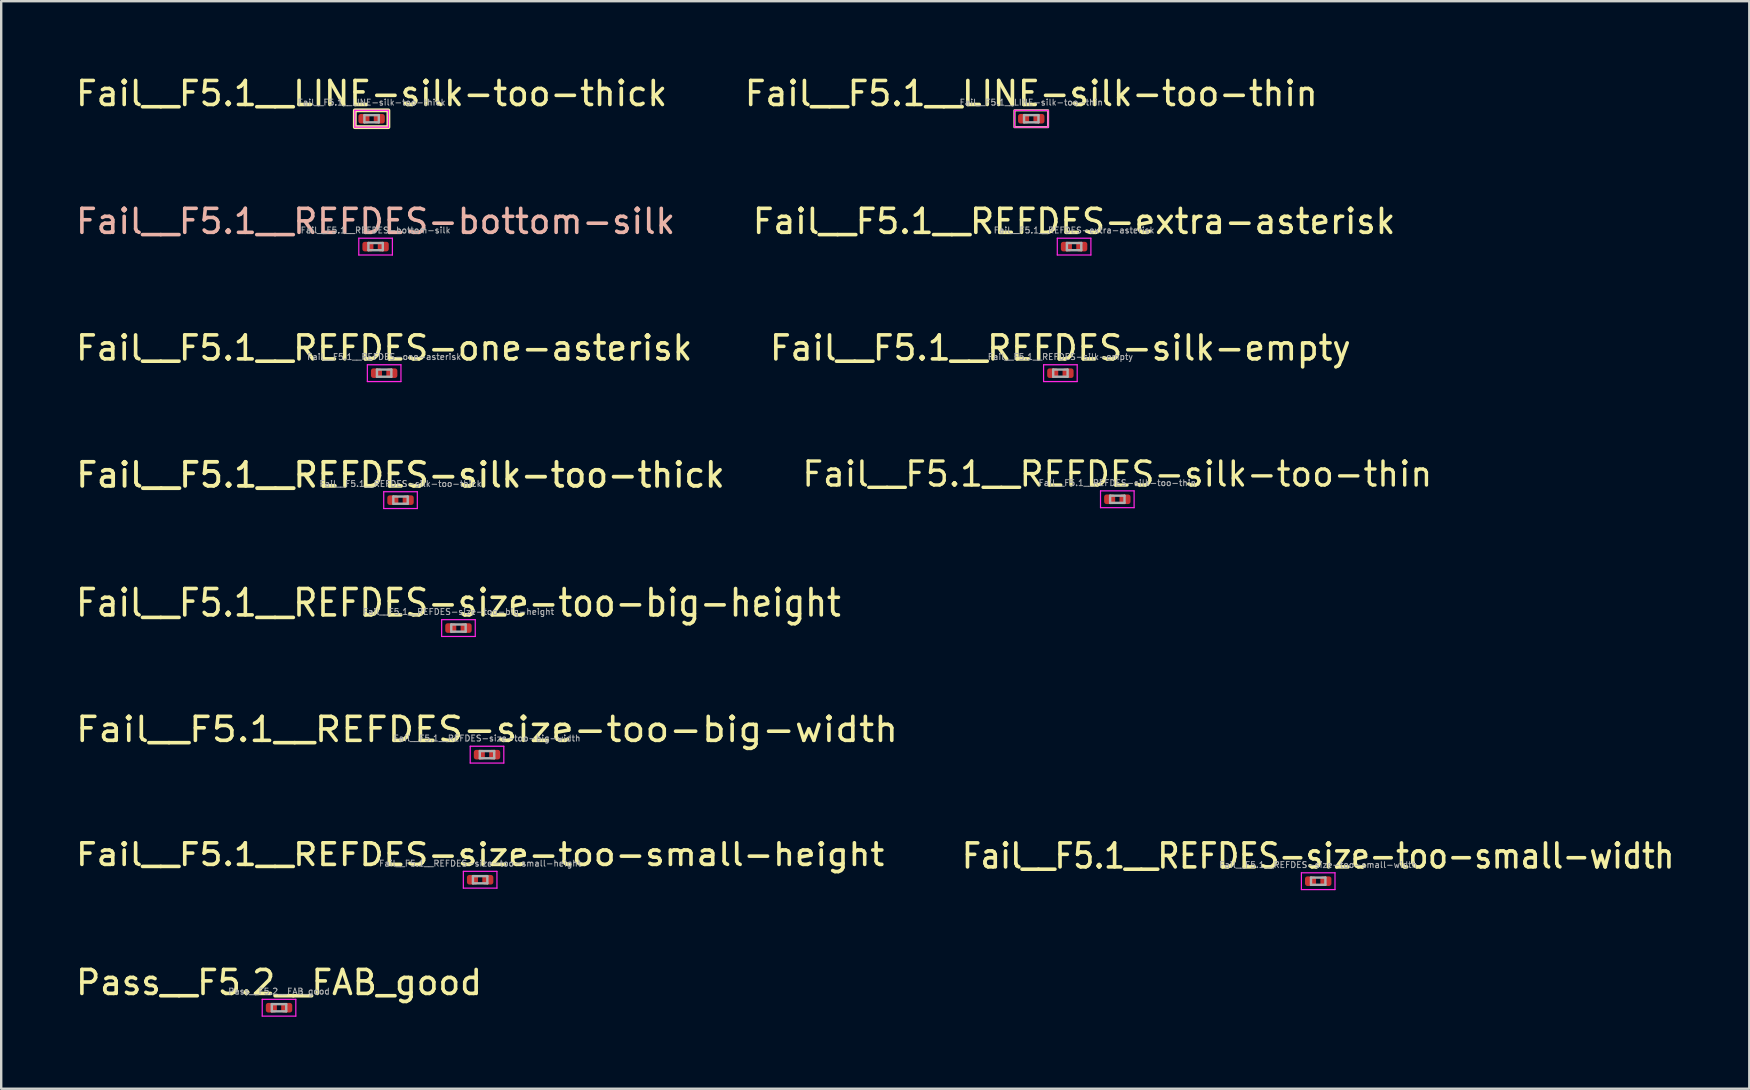
<source format=kicad_pcb>
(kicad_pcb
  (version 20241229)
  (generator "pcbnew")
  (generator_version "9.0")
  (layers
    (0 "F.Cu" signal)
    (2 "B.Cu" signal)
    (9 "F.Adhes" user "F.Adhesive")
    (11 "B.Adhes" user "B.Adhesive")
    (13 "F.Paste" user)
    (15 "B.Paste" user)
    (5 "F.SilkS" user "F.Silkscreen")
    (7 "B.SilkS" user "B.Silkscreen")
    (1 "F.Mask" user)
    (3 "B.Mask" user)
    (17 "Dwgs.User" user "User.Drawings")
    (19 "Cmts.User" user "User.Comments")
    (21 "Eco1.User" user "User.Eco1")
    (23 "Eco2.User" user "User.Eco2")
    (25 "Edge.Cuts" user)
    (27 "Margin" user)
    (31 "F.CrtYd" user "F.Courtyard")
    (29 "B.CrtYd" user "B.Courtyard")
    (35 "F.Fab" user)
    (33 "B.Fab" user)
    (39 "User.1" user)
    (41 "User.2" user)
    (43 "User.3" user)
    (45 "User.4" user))
  (footprint "Fail__F5.1__LINE-silk-too-thick"
    (layer "F.Cu")
    (at 12.435 1.898)
    (property "Reference" "Fail__F5.1__LINE-silk-too-thick" (at 0 -1.05 0) (layer "F.SilkS") (effects (font (size 1 1) (thickness 0.15))))
    (attr smd)
    (fp_rect (start -0.7 -0.35) (end 0.7 0.35) (stroke (width 0.16) (type solid)) (fill no) (layer "F.SilkS"))
    (fp_line (start -0.7 -0.35) (end 0.7 -0.35) (stroke (width 0.05) (type solid)) (layer "F.CrtYd"))
    (fp_line (start -0.7 0.35) (end -0.7 -0.35) (stroke (width 0.05) (type solid)) (layer "F.CrtYd"))
    (fp_line (start 0.7 -0.35) (end 0.7 0.35) (stroke (width 0.05) (type solid)) (layer "F.CrtYd"))
    (fp_line (start 0.7 0.35) (end -0.7 0.35) (stroke (width 0.05) (type solid)) (layer "F.CrtYd"))
    (fp_line (start -0.3 -0.15) (end 0.3 -0.15) (stroke (width 0.1) (type solid)) (layer "F.Fab"))
    (fp_line (start -0.3 0.15) (end -0.3 -0.15) (stroke (width 0.1) (type solid)) (layer "F.Fab"))
    (fp_line (start 0.3 -0.15) (end 0.3 0.15) (stroke (width 0.1) (type solid)) (layer "F.Fab"))
    (fp_line (start 0.3 0.15) (end -0.3 0.15) (stroke (width 0.1) (type solid)) (layer "F.Fab"))
    (fp_text user "${REFERENCE}" (at 0 -0.68 0) (layer "F.Fab") (effects (font (size 0.25 0.25) (thickness 0.04))))
    (pad "" smd roundrect (at -0.345 0) (size 0.318 0.36) (layers "F.Paste") (roundrect_rratio 0.25))
    (pad "" smd roundrect (at 0.345 0) (size 0.318 0.36) (layers "F.Paste") (roundrect_rratio 0.25))
    (pad "1" smd roundrect (at -0.32 0) (size 0.46 0.4) (layers "F.Cu" "F.Mask") (roundrect_rratio 0.25))
    (pad "2" smd roundrect (at 0.32 0) (size 0.46 0.4) (layers "F.Cu" "F.Mask") (roundrect_rratio 0.25)))
  (footprint "Fail__F5.1__REFDES-one-asterisk"
    (layer "F.Cu")
    (at 12.958 12.5)
    (property "Reference" "Fail__F5.1__REFDES-one-asterisk" (at 0 -1.05 0) (layer "F.SilkS") (effects (font (size 1 1) (thickness 0.15))))
    (attr smd)
    (fp_line (start -0.7 -0.35) (end 0.7 -0.35) (stroke (width 0.05) (type solid)) (layer "F.CrtYd"))
    (fp_line (start -0.7 0.35) (end -0.7 -0.35) (stroke (width 0.05) (type solid)) (layer "F.CrtYd"))
    (fp_line (start 0.7 -0.35) (end 0.7 0.35) (stroke (width 0.05) (type solid)) (layer "F.CrtYd"))
    (fp_line (start 0.7 0.35) (end -0.7 0.35) (stroke (width 0.05) (type solid)) (layer "F.CrtYd"))
    (fp_line (start -0.3 -0.15) (end 0.3 -0.15) (stroke (width 0.1) (type solid)) (layer "F.Fab"))
    (fp_line (start -0.3 0.15) (end -0.3 -0.15) (stroke (width 0.1) (type solid)) (layer "F.Fab"))
    (fp_line (start 0.3 -0.15) (end 0.3 0.15) (stroke (width 0.1) (type solid)) (layer "F.Fab"))
    (fp_line (start 0.3 0.15) (end -0.3 0.15) (stroke (width 0.1) (type solid)) (layer "F.Fab"))
    (fp_text user "${REFERENCE}" (at 0 -0.68 0) (layer "F.Fab") (effects (font (size 0.25 0.25) (thickness 0.04))))
    (pad "" smd roundrect (at -0.345 0) (size 0.318 0.36) (layers "F.Paste") (roundrect_rratio 0.25))
    (pad "" smd roundrect (at 0.345 0) (size 0.318 0.36) (layers "F.Paste") (roundrect_rratio 0.25))
    (pad "1" smd roundrect (at -0.32 0) (size 0.46 0.4) (layers "F.Cu" "F.Mask") (roundrect_rratio 0.25))
    (pad "2" smd roundrect (at 0.32 0) (size 0.46 0.4) (layers "F.Cu" "F.Mask") (roundrect_rratio 0.25)))
  (footprint "Fail__F5.1__REFDES-size-too-big-width"
    (layer "F.Cu")
    (at 17.244 28.396)
    (property "Reference" "Fail__F5.1__REFDES-size-too-big-width" (at 0 -1.05 0) (layer "F.SilkS") (effects (font (size 1 1.1) (thickness 0.15))))
    (attr smd)
    (fp_line (start -0.7 -0.35) (end 0.7 -0.35) (stroke (width 0.05) (type solid)) (layer "F.CrtYd"))
    (fp_line (start -0.7 0.35) (end -0.7 -0.35) (stroke (width 0.05) (type solid)) (layer "F.CrtYd"))
    (fp_line (start 0.7 -0.35) (end 0.7 0.35) (stroke (width 0.05) (type solid)) (layer "F.CrtYd"))
    (fp_line (start 0.7 0.35) (end -0.7 0.35) (stroke (width 0.05) (type solid)) (layer "F.CrtYd"))
    (fp_line (start -0.3 -0.15) (end 0.3 -0.15) (stroke (width 0.1) (type solid)) (layer "F.Fab"))
    (fp_line (start -0.3 0.15) (end -0.3 -0.15) (stroke (width 0.1) (type solid)) (layer "F.Fab"))
    (fp_line (start 0.3 -0.15) (end 0.3 0.15) (stroke (width 0.1) (type solid)) (layer "F.Fab"))
    (fp_line (start 0.3 0.15) (end -0.3 0.15) (stroke (width 0.1) (type solid)) (layer "F.Fab"))
    (fp_text user "${REFERENCE}" (at 0 -0.68 0) (layer "F.Fab") (effects (font (size 0.25 0.25) (thickness 0.04))))
    (pad "" smd roundrect (at -0.345 0) (size 0.318 0.36) (layers "F.Paste") (roundrect_rratio 0.25))
    (pad "" smd roundrect (at 0.345 0) (size 0.318 0.36) (layers "F.Paste") (roundrect_rratio 0.25))
    (pad "1" smd roundrect (at -0.32 0) (size 0.46 0.4) (layers "F.Cu" "F.Mask") (roundrect_rratio 0.25))
    (pad "2" smd roundrect (at 0.32 0) (size 0.46 0.4) (layers "F.Cu" "F.Mask") (roundrect_rratio 0.25)))
  (footprint "Fail__F5.1__REFDES-size-too-small-width"
    (layer "F.Cu")
    (at 51.88 33.669)
    (property "Reference" "Fail__F5.1__REFDES-size-too-small-width" (at 0 -1.05 0) (layer "F.SilkS") (effects (font (size 1 0.9) (thickness 0.15))))
    (attr smd)
    (fp_line (start -0.7 -0.35) (end 0.7 -0.35) (stroke (width 0.05) (type solid)) (layer "F.CrtYd"))
    (fp_line (start -0.7 0.35) (end -0.7 -0.35) (stroke (width 0.05) (type solid)) (layer "F.CrtYd"))
    (fp_line (start 0.7 -0.35) (end 0.7 0.35) (stroke (width 0.05) (type solid)) (layer "F.CrtYd"))
    (fp_line (start 0.7 0.35) (end -0.7 0.35) (stroke (width 0.05) (type solid)) (layer "F.CrtYd"))
    (fp_line (start -0.3 -0.15) (end 0.3 -0.15) (stroke (width 0.1) (type solid)) (layer "F.Fab"))
    (fp_line (start -0.3 0.15) (end -0.3 -0.15) (stroke (width 0.1) (type solid)) (layer "F.Fab"))
    (fp_line (start 0.3 -0.15) (end 0.3 0.15) (stroke (width 0.1) (type solid)) (layer "F.Fab"))
    (fp_line (start 0.3 0.15) (end -0.3 0.15) (stroke (width 0.1) (type solid)) (layer "F.Fab"))
    (fp_text user "${REFERENCE}" (at 0 -0.68 0) (layer "F.Fab") (effects (font (size 0.25 0.25) (thickness 0.04))))
    (pad "" smd roundrect (at -0.345 0) (size 0.318 0.36) (layers "F.Paste") (roundrect_rratio 0.25))
    (pad "" smd roundrect (at 0.345 0) (size 0.318 0.36) (layers "F.Paste") (roundrect_rratio 0.25))
    (pad "1" smd roundrect (at -0.32 0) (size 0.46 0.4) (layers "F.Cu" "F.Mask") (roundrect_rratio 0.25))
    (pad "2" smd roundrect (at 0.32 0) (size 0.46 0.4) (layers "F.Cu" "F.Mask") (roundrect_rratio 0.25)))
  (footprint "Pass__F5.2__FAB_good"
    (layer "F.Cu")
    (at 8.577 38.942)
    (property "Reference" "Pass__F5.2__FAB_good" (at 0 -1.05 0) (layer "F.SilkS") (effects (font (size 1 1) (thickness 0.15))))
    (attr smd)
    (fp_line (start -0.7 -0.35) (end 0.7 -0.35) (stroke (width 0.05) (type solid)) (layer "F.CrtYd"))
    (fp_line (start -0.7 0.35) (end -0.7 -0.35) (stroke (width 0.05) (type solid)) (layer "F.CrtYd"))
    (fp_line (start 0.7 -0.35) (end 0.7 0.35) (stroke (width 0.05) (type solid)) (layer "F.CrtYd"))
    (fp_line (start 0.7 0.35) (end -0.7 0.35) (stroke (width 0.05) (type solid)) (layer "F.CrtYd"))
    (fp_line (start -0.3 -0.15) (end 0.3 -0.15) (stroke (width 0.1) (type solid)) (layer "F.Fab"))
    (fp_line (start -0.3 0.15) (end -0.3 -0.15) (stroke (width 0.1) (type solid)) (layer "F.Fab"))
    (fp_line (start 0.3 -0.15) (end 0.3 0.15) (stroke (width 0.1) (type solid)) (layer "F.Fab"))
    (fp_line (start 0.3 0.15) (end -0.3 0.15) (stroke (width 0.1) (type solid)) (layer "F.Fab"))
    (fp_text user "${REFERENCE}" (at 0 -0.68 0) (layer "F.Fab") (effects (font (size 0.25 0.25) (thickness 0.04))))
    (pad "" smd roundrect (at -0.345 0) (size 0.318 0.36) (layers "F.Paste") (roundrect_rratio 0.25))
    (pad "" smd roundrect (at 0.345 0) (size 0.318 0.36) (layers "F.Paste") (roundrect_rratio 0.25))
    (pad "1" smd roundrect (at -0.32 0) (size 0.46 0.4) (layers "F.Cu" "F.Mask") (roundrect_rratio 0.25))
    (pad "2" smd roundrect (at 0.32 0) (size 0.46 0.4) (layers "F.Cu" "F.Mask") (roundrect_rratio 0.25)))
  (footprint "Fail__F5.1__LINE-silk-too-thin"
    (layer "F.Cu")
    (at 39.923 1.898)
    (property "Reference" "Fail__F5.1__LINE-silk-too-thin" (at 0 -1.05 0) (layer "F.SilkS") (effects (font (size 1 1) (thickness 0.15))))
    (attr smd)
    (fp_rect (start -0.7 -0.35) (end 0.7 0.35) (stroke (width 0.09) (type solid)) (fill no) (layer "F.SilkS"))
    (fp_line (start -0.7 -0.35) (end 0.7 -0.35) (stroke (width 0.05) (type solid)) (layer "F.CrtYd"))
    (fp_line (start -0.7 0.35) (end -0.7 -0.35) (stroke (width 0.05) (type solid)) (layer "F.CrtYd"))
    (fp_line (start 0.7 -0.35) (end 0.7 0.35) (stroke (width 0.05) (type solid)) (layer "F.CrtYd"))
    (fp_line (start 0.7 0.35) (end -0.7 0.35) (stroke (width 0.05) (type solid)) (layer "F.CrtYd"))
    (fp_line (start -0.3 -0.15) (end 0.3 -0.15) (stroke (width 0.1) (type solid)) (layer "F.Fab"))
    (fp_line (start -0.3 0.15) (end -0.3 -0.15) (stroke (width 0.1) (type solid)) (layer "F.Fab"))
    (fp_line (start 0.3 -0.15) (end 0.3 0.15) (stroke (width 0.1) (type solid)) (layer "F.Fab"))
    (fp_line (start 0.3 0.15) (end -0.3 0.15) (stroke (width 0.1) (type solid)) (layer "F.Fab"))
    (fp_text user "${REFERENCE}" (at 0 -0.68 0) (layer "F.Fab") (effects (font (size 0.25 0.25) (thickness 0.04))))
    (pad "" smd roundrect (at -0.345 0) (size 0.318 0.36) (layers "F.Paste") (roundrect_rratio 0.25))
    (pad "" smd roundrect (at 0.345 0) (size 0.318 0.36) (layers "F.Paste") (roundrect_rratio 0.25))
    (pad "1" smd roundrect (at -0.32 0) (size 0.46 0.4) (layers "F.Cu" "F.Mask") (roundrect_rratio 0.25))
    (pad "2" smd roundrect (at 0.32 0) (size 0.46 0.4) (layers "F.Cu" "F.Mask") (roundrect_rratio 0.25)))
  (footprint "Fail__F5.1__REFDES-silk-too-thick"
    (layer "F.Cu")
    (at 13.64 17.791)
    (property "Reference" "Fail__F5.1__REFDES-silk-too-thick" (at 0 -1.05 0) (layer "F.SilkS") (effects (font (size 1 1) (thickness 0.16))))
    (attr smd)
    (fp_line (start -0.7 -0.35) (end 0.7 -0.35) (stroke (width 0.05) (type solid)) (layer "F.CrtYd"))
    (fp_line (start -0.7 0.35) (end -0.7 -0.35) (stroke (width 0.05) (type solid)) (layer "F.CrtYd"))
    (fp_line (start 0.7 -0.35) (end 0.7 0.35) (stroke (width 0.05) (type solid)) (layer "F.CrtYd"))
    (fp_line (start 0.7 0.35) (end -0.7 0.35) (stroke (width 0.05) (type solid)) (layer "F.CrtYd"))
    (fp_line (start -0.3 -0.15) (end 0.3 -0.15) (stroke (width 0.1) (type solid)) (layer "F.Fab"))
    (fp_line (start -0.3 0.15) (end -0.3 -0.15) (stroke (width 0.1) (type solid)) (layer "F.Fab"))
    (fp_line (start 0.3 -0.15) (end 0.3 0.15) (stroke (width 0.1) (type solid)) (layer "F.Fab"))
    (fp_line (start 0.3 0.15) (end -0.3 0.15) (stroke (width 0.1) (type solid)) (layer "F.Fab"))
    (fp_text user "${REFERENCE}" (at 0 -0.68 0) (layer "F.Fab") (effects (font (size 0.25 0.25) (thickness 0.04))))
    (pad "" smd roundrect (at -0.345 0) (size 0.318 0.36) (layers "F.Paste") (roundrect_rratio 0.25))
    (pad "" smd roundrect (at 0.345 0) (size 0.318 0.36) (layers "F.Paste") (roundrect_rratio 0.25))
    (pad "1" smd roundrect (at -0.32 0) (size 0.46 0.4) (layers "F.Cu" "F.Mask") (roundrect_rratio 0.25))
    (pad "2" smd roundrect (at 0.32 0) (size 0.46 0.4) (layers "F.Cu" "F.Mask") (roundrect_rratio 0.25)))
  (footprint "Fail__F5.1__REFDES-size-too-big-height"
    (layer "F.Cu")
    (at 16.054 23.122)
    (property "Reference" "Fail__F5.1__REFDES-size-too-big-height" (at 0 -1.05 0) (layer "F.SilkS") (effects (font (size 1.1 1) (thickness 0.15))))
    (attr smd)
    (fp_line (start -0.7 -0.35) (end 0.7 -0.35) (stroke (width 0.05) (type solid)) (layer "F.CrtYd"))
    (fp_line (start -0.7 0.35) (end -0.7 -0.35) (stroke (width 0.05) (type solid)) (layer "F.CrtYd"))
    (fp_line (start 0.7 -0.35) (end 0.7 0.35) (stroke (width 0.05) (type solid)) (layer "F.CrtYd"))
    (fp_line (start 0.7 0.35) (end -0.7 0.35) (stroke (width 0.05) (type solid)) (layer "F.CrtYd"))
    (fp_line (start -0.3 -0.15) (end 0.3 -0.15) (stroke (width 0.1) (type solid)) (layer "F.Fab"))
    (fp_line (start -0.3 0.15) (end -0.3 -0.15) (stroke (width 0.1) (type solid)) (layer "F.Fab"))
    (fp_line (start 0.3 -0.15) (end 0.3 0.15) (stroke (width 0.1) (type solid)) (layer "F.Fab"))
    (fp_line (start 0.3 0.15) (end -0.3 0.15) (stroke (width 0.1) (type solid)) (layer "F.Fab"))
    (fp_text user "${REFERENCE}" (at 0 -0.68 0) (layer "F.Fab") (effects (font (size 0.25 0.25) (thickness 0.04))))
    (pad "" smd roundrect (at -0.345 0) (size 0.318 0.36) (layers "F.Paste") (roundrect_rratio 0.25))
    (pad "" smd roundrect (at 0.345 0) (size 0.318 0.36) (layers "F.Paste") (roundrect_rratio 0.25))
    (pad "1" smd roundrect (at -0.32 0) (size 0.46 0.4) (layers "F.Cu" "F.Mask") (roundrect_rratio 0.25))
    (pad "2" smd roundrect (at 0.32 0) (size 0.46 0.4) (layers "F.Cu" "F.Mask") (roundrect_rratio 0.25)))
  (footprint "Fail__F5.1__REFDES-size-too-small-height"
    (layer "F.Cu")
    (at 16.958 33.61)
    (property "Reference" "Fail__F5.1__REFDES-size-too-small-height" (at 0 -1.05 0) (layer "F.SilkS") (effects (font (size 0.9 1) (thickness 0.15))))
    (attr smd)
    (fp_line (start -0.7 -0.35) (end 0.7 -0.35) (stroke (width 0.05) (type solid)) (layer "F.CrtYd"))
    (fp_line (start -0.7 0.35) (end -0.7 -0.35) (stroke (width 0.05) (type solid)) (layer "F.CrtYd"))
    (fp_line (start 0.7 -0.35) (end 0.7 0.35) (stroke (width 0.05) (type solid)) (layer "F.CrtYd"))
    (fp_line (start 0.7 0.35) (end -0.7 0.35) (stroke (width 0.05) (type solid)) (layer "F.CrtYd"))
    (fp_line (start -0.3 -0.15) (end 0.3 -0.15) (stroke (width 0.1) (type solid)) (layer "F.Fab"))
    (fp_line (start -0.3 0.15) (end -0.3 -0.15) (stroke (width 0.1) (type solid)) (layer "F.Fab"))
    (fp_line (start 0.3 -0.15) (end 0.3 0.15) (stroke (width 0.1) (type solid)) (layer "F.Fab"))
    (fp_line (start 0.3 0.15) (end -0.3 0.15) (stroke (width 0.1) (type solid)) (layer "F.Fab"))
    (fp_text user "${REFERENCE}" (at 0 -0.68 0) (layer "F.Fab") (effects (font (size 0.25 0.25) (thickness 0.04))))
    (pad "" smd roundrect (at -0.345 0) (size 0.318 0.36) (layers "F.Paste") (roundrect_rratio 0.25))
    (pad "" smd roundrect (at 0.345 0) (size 0.318 0.36) (layers "F.Paste") (roundrect_rratio 0.25))
    (pad "1" smd roundrect (at -0.32 0) (size 0.46 0.4) (layers "F.Cu" "F.Mask") (roundrect_rratio 0.25))
    (pad "2" smd roundrect (at 0.32 0) (size 0.46 0.4) (layers "F.Cu" "F.Mask") (roundrect_rratio 0.25)))
  (footprint "Fail__F5.1__REFDES-extra-asterisk"
    (layer "F.Cu")
    (at 41.708 7.226)
    (property "Reference" "Fail__F5.1__REFDES-extra-asterisk" (at 0 -1.05 0) (layer "F.SilkS") (effects (font (size 1 1) (thickness 0.15))))
    (attr smd)
    (fp_line (start -0.7 -0.35) (end 0.7 -0.35) (stroke (width 0.05) (type solid)) (layer "F.CrtYd"))
    (fp_line (start -0.7 0.35) (end -0.7 -0.35) (stroke (width 0.05) (type solid)) (layer "F.CrtYd"))
    (fp_line (start 0.7 -0.35) (end 0.7 0.35) (stroke (width 0.05) (type solid)) (layer "F.CrtYd"))
    (fp_line (start 0.7 0.35) (end -0.7 0.35) (stroke (width 0.05) (type solid)) (layer "F.CrtYd"))
    (fp_line (start -0.3 -0.15) (end 0.3 -0.15) (stroke (width 0.1) (type solid)) (layer "F.Fab"))
    (fp_line (start -0.3 0.15) (end -0.3 -0.15) (stroke (width 0.1) (type solid)) (layer "F.Fab"))
    (fp_line (start 0.3 -0.15) (end 0.3 0.15) (stroke (width 0.1) (type solid)) (layer "F.Fab"))
    (fp_line (start 0.3 0.15) (end -0.3 0.15) (stroke (width 0.1) (type solid)) (layer "F.Fab"))
    (fp_text user "${REFERENCE}" (at 0 -0.68 0) (layer "F.Fab") (effects (font (size 0.25 0.25) (thickness 0.04))))
    (pad "" smd roundrect (at -0.345 0) (size 0.318 0.36) (layers "F.Paste") (roundrect_rratio 0.25))
    (pad "" smd roundrect (at 0.345 0) (size 0.318 0.36) (layers "F.Paste") (roundrect_rratio 0.25))
    (pad "1" smd roundrect (at -0.32 0) (size 0.46 0.4) (layers "F.Cu" "F.Mask") (roundrect_rratio 0.25))
    (pad "2" smd roundrect (at 0.32 0) (size 0.46 0.4) (layers "F.Cu" "F.Mask") (roundrect_rratio 0.25)))
  (footprint "Fail__F5.1__REFDES-silk-too-thin"
    (layer "F.Cu")
    (at 43.509 17.755)
    (property "Reference" "Fail__F5.1__REFDES-silk-too-thin" (at 0 -1.05 0) (layer "F.SilkS") (effects (font (size 1 1) (thickness 0.14))))
    (attr smd)
    (fp_line (start -0.7 -0.35) (end 0.7 -0.35) (stroke (width 0.05) (type solid)) (layer "F.CrtYd"))
    (fp_line (start -0.7 0.35) (end -0.7 -0.35) (stroke (width 0.05) (type solid)) (layer "F.CrtYd"))
    (fp_line (start 0.7 -0.35) (end 0.7 0.35) (stroke (width 0.05) (type solid)) (layer "F.CrtYd"))
    (fp_line (start 0.7 0.35) (end -0.7 0.35) (stroke (width 0.05) (type solid)) (layer "F.CrtYd"))
    (fp_line (start -0.3 -0.15) (end 0.3 -0.15) (stroke (width 0.1) (type solid)) (layer "F.Fab"))
    (fp_line (start -0.3 0.15) (end -0.3 -0.15) (stroke (width 0.1) (type solid)) (layer "F.Fab"))
    (fp_line (start 0.3 -0.15) (end 0.3 0.15) (stroke (width 0.1) (type solid)) (layer "F.Fab"))
    (fp_line (start 0.3 0.15) (end -0.3 0.15) (stroke (width 0.1) (type solid)) (layer "F.Fab"))
    (fp_text user "${REFERENCE}" (at 0 -0.68 0) (layer "F.Fab") (effects (font (size 0.25 0.25) (thickness 0.04))))
    (pad "" smd roundrect (at -0.345 0) (size 0.318 0.36) (layers "F.Paste") (roundrect_rratio 0.25))
    (pad "" smd roundrect (at 0.345 0) (size 0.318 0.36) (layers "F.Paste") (roundrect_rratio 0.25))
    (pad "1" smd roundrect (at -0.32 0) (size 0.46 0.4) (layers "F.Cu" "F.Mask") (roundrect_rratio 0.25))
    (pad "2" smd roundrect (at 0.32 0) (size 0.46 0.4) (layers "F.Cu" "F.Mask") (roundrect_rratio 0.25)))
  (footprint "Fail__F5.1__REFDES-silk-empty"
    (layer "F.Cu")
    (at 41.137 12.5)
    (property "Reference" "Fail__F5.1__REFDES-silk-empty" (at 0 -1.05 0) (layer "F.SilkS") (effects (font (size 1 1) (thickness 0.15))))
    (attr smd)
    (fp_line (start -0.7 -0.35) (end 0.7 -0.35) (stroke (width 0.05) (type solid)) (layer "F.CrtYd"))
    (fp_line (start -0.7 0.35) (end -0.7 -0.35) (stroke (width 0.05) (type solid)) (layer "F.CrtYd"))
    (fp_line (start 0.7 -0.35) (end 0.7 0.35) (stroke (width 0.05) (type solid)) (layer "F.CrtYd"))
    (fp_line (start 0.7 0.35) (end -0.7 0.35) (stroke (width 0.05) (type solid)) (layer "F.CrtYd"))
    (fp_line (start -0.3 -0.15) (end 0.3 -0.15) (stroke (width 0.1) (type solid)) (layer "F.Fab"))
    (fp_line (start -0.3 0.15) (end -0.3 -0.15) (stroke (width 0.1) (type solid)) (layer "F.Fab"))
    (fp_line (start 0.3 -0.15) (end 0.3 0.15) (stroke (width 0.1) (type solid)) (layer "F.Fab"))
    (fp_line (start 0.3 0.15) (end -0.3 0.15) (stroke (width 0.1) (type solid)) (layer "F.Fab"))
    (fp_text user "${REFERENCE}" (at 0 -0.68 0) (layer "F.Fab") (effects (font (size 0.25 0.25) (thickness 0.04))))
    (pad "" smd roundrect (at -0.345 0) (size 0.318 0.36) (layers "F.Paste") (roundrect_rratio 0.25))
    (pad "" smd roundrect (at 0.345 0) (size 0.318 0.36) (layers "F.Paste") (roundrect_rratio 0.25))
    (pad "1" smd roundrect (at -0.32 0) (size 0.46 0.4) (layers "F.Cu" "F.Mask") (roundrect_rratio 0.25))
    (pad "2" smd roundrect (at 0.32 0) (size 0.46 0.4) (layers "F.Cu" "F.Mask") (roundrect_rratio 0.25)))
  (footprint "Fail__F5.1__REFDES-bottom-silk"
    (layer "F.Cu")
    (at 12.601 7.226)
    (property "Reference" "Fail__F5.1__REFDES-bottom-silk" (at 0 -1.05 0) (layer "B.SilkS") (effects (font (size 1 1) (thickness 0.15))))
    (attr smd)
    (fp_line (start -0.7 -0.35) (end 0.7 -0.35) (stroke (width 0.05) (type solid)) (layer "F.CrtYd"))
    (fp_line (start -0.7 0.35) (end -0.7 -0.35) (stroke (width 0.05) (type solid)) (layer "F.CrtYd"))
    (fp_line (start 0.7 -0.35) (end 0.7 0.35) (stroke (width 0.05) (type solid)) (layer "F.CrtYd"))
    (fp_line (start 0.7 0.35) (end -0.7 0.35) (stroke (width 0.05) (type solid)) (layer "F.CrtYd"))
    (fp_line (start -0.3 -0.15) (end 0.3 -0.15) (stroke (width 0.1) (type solid)) (layer "F.Fab"))
    (fp_line (start -0.3 0.15) (end -0.3 -0.15) (stroke (width 0.1) (type solid)) (layer "F.Fab"))
    (fp_line (start 0.3 -0.15) (end 0.3 0.15) (stroke (width 0.1) (type solid)) (layer "F.Fab"))
    (fp_line (start 0.3 0.15) (end -0.3 0.15) (stroke (width 0.1) (type solid)) (layer "F.Fab"))
    (fp_text user "${REFERENCE}" (at 0 -0.68 0) (layer "F.Fab") (effects (font (size 0.25 0.25) (thickness 0.04))))
    (pad "" smd roundrect (at -0.345 0) (size 0.318 0.36) (layers "F.Paste") (roundrect_rratio 0.25))
    (pad "" smd roundrect (at 0.345 0) (size 0.318 0.36) (layers "F.Paste") (roundrect_rratio 0.25))
    (pad "1" smd roundrect (at -0.32 0) (size 0.46 0.4) (layers "F.Cu" "F.Mask") (roundrect_rratio 0.25))
    (pad "2" smd roundrect (at 0.32 0) (size 0.46 0.4) (layers "F.Cu" "F.Mask") (roundrect_rratio 0.25)))
  (gr_rect
    (start -3 -3)
    (end 69.844 42.317)
    (stroke (width 0.1) (type default))
    (fill no)
    (layer "Edge.Cuts")))
</source>
